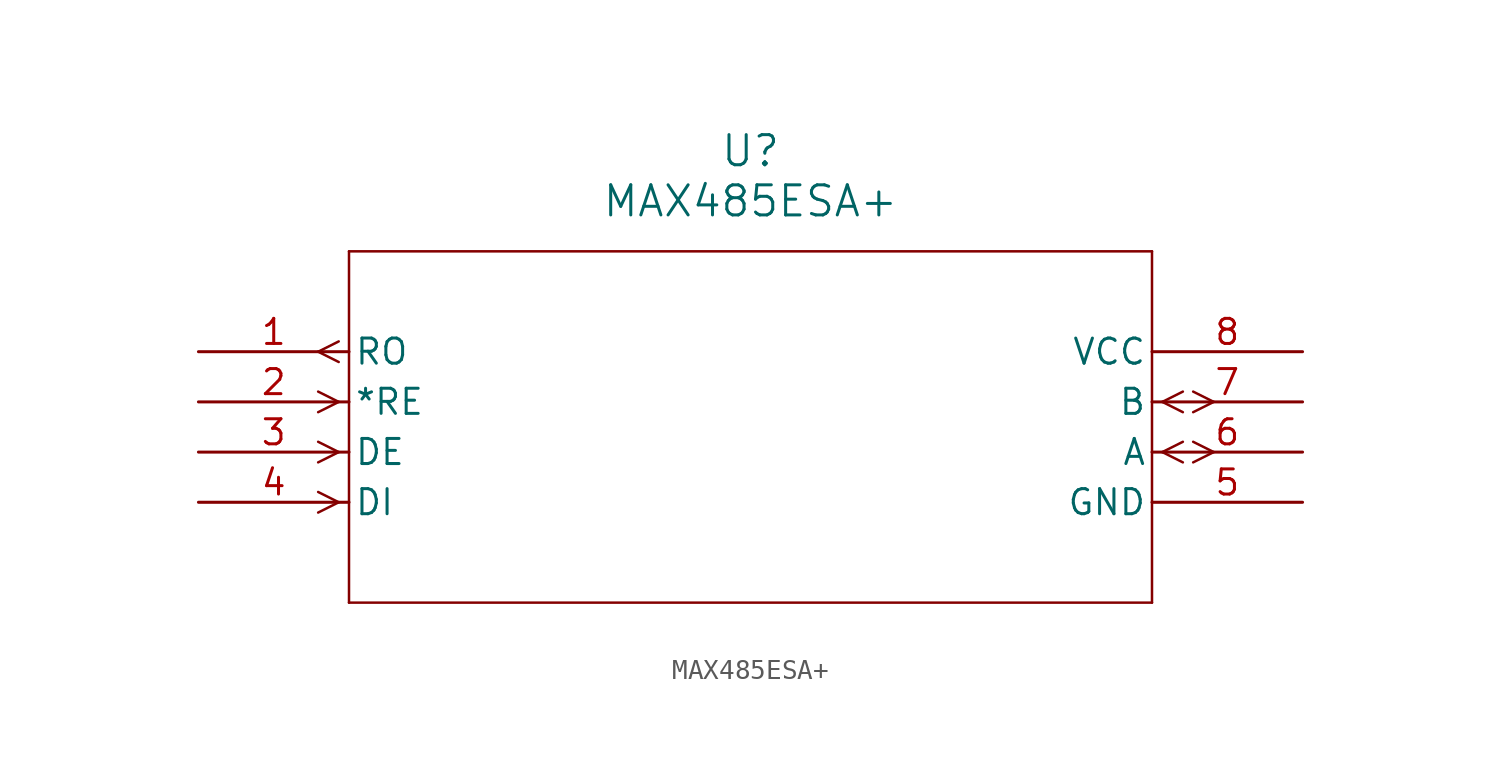
<source format=kicad_sym>
(kicad_symbol_lib
  (version 20211014)
  (generator kicad_symbol_editor)
  (symbol "MAX485ESA+"
    (pin_names
      (offset 0.254))
    (property "Reference" "U"
      (at 27.94 10.16 0)
      (effects (font (size 1.524 1.524))))
    (property "Value" "MAX485ESA+"
      (at 27.94 7.62 0)
      (effects (font (size 1.524 1.524))))
    (symbol "MAX485ESA+_0_1"
      (polyline (pts (xy 7.099 0.521) (xy 6.058 0)) (stroke (width 0.127) (type default) (color 0 0 0 0)) (fill (type none)))
      (polyline (pts (xy 7.099 -0.521) (xy 6.058 0)) (stroke (width 0.127) (type default) (color 0 0 0 0)) (fill (type none)))
      (polyline (pts (xy 7.099 -2.54) (xy 6.058 -2.019)) (stroke (width 0.127) (type default) (color 0 0 0 0)) (fill (type none)))
      (polyline (pts (xy 7.099 -2.54) (xy 6.058 -3.061)) (stroke (width 0.127) (type default) (color 0 0 0 0)) (fill (type none)))
      (polyline (pts (xy 7.099 -5.08) (xy 6.058 -4.559)) (stroke (width 0.127) (type default) (color 0 0 0 0)) (fill (type none)))
      (polyline (pts (xy 7.099 -5.08) (xy 6.058 -5.601)) (stroke (width 0.127) (type default) (color 0 0 0 0)) (fill (type none)))
      (polyline (pts (xy 7.099 -7.62) (xy 6.058 -7.099)) (stroke (width 0.127) (type default) (color 0 0 0 0)) (fill (type none)))
      (polyline (pts (xy 7.099 -7.62) (xy 6.058 -8.141)) (stroke (width 0.127) (type default) (color 0 0 0 0)) (fill (type none)))
      (polyline (pts (xy 48.781 -5.08) (xy 49.822 -4.559)) (stroke (width 0.127) (type default) (color 0 0 0 0)) (fill (type none)))
      (polyline (pts (xy 48.781 -5.08) (xy 49.822 -5.601)) (stroke (width 0.127) (type default) (color 0 0 0 0)) (fill (type none)))
      (polyline (pts (xy 50.343 -4.559) (xy 51.384 -5.08)) (stroke (width 0.127) (type default) (color 0 0 0 0)) (fill (type none)))
      (polyline (pts (xy 50.343 -5.601) (xy 51.384 -5.08)) (stroke (width 0.127) (type default) (color 0 0 0 0)) (fill (type none)))
      (polyline (pts (xy 48.781 -2.54) (xy 49.822 -2.019)) (stroke (width 0.127) (type default) (color 0 0 0 0)) (fill (type none)))
      (polyline (pts (xy 48.781 -2.54) (xy 49.822 -3.061)) (stroke (width 0.127) (type default) (color 0 0 0 0)) (fill (type none)))
      (polyline (pts (xy 50.343 -2.019) (xy 51.384 -2.54)) (stroke (width 0.127) (type default) (color 0 0 0 0)) (fill (type none)))
      (polyline (pts (xy 50.343 -3.061) (xy 51.384 -2.54)) (stroke (width 0.127) (type default) (color 0 0 0 0)) (fill (type none)))
      (polyline (pts (xy 7.62 5.08) (xy 7.62 -12.7)) (stroke (width 0.127) (type default) (color 0 0 0 0)) (fill (type none)))
      (polyline (pts (xy 7.62 -12.7) (xy 48.26 -12.7)) (stroke (width 0.127) (type default) (color 0 0 0 0)) (fill (type none)))
      (polyline (pts (xy 48.26 -12.7) (xy 48.26 5.08)) (stroke (width 0.127) (type default) (color 0 0 0 0)) (fill (type none)))
      (polyline (pts (xy 48.26 5.08) (xy 7.62 5.08)) (stroke (width 0.127) (type default) (color 0 0 0 0)) (fill (type none)))
      (pin output line (at 0 0 0) (length 7.62) (name "RO" (effects (font (size 1.27 1.27)))) (number "1" (effects (font (size 1.27 1.27)))))
      (pin input line (at 0 -2.54 0) (length 7.62) (name "*RE" (effects (font (size 1.27 1.27)))) (number "2" (effects (font (size 1.27 1.27)))))
      (pin input line (at 0 -5.08 0) (length 7.62) (name "DE" (effects (font (size 1.27 1.27)))) (number "3" (effects (font (size 1.27 1.27)))))
      (pin input line (at 0 -7.62 0) (length 7.62) (name "DI" (effects (font (size 1.27 1.27)))) (number "4" (effects (font (size 1.27 1.27)))))
      (pin power_in line (at 55.88 -7.62 180) (length 7.62) (name "GND" (effects (font (size 1.27 1.27)))) (number "5" (effects (font (size 1.27 1.27)))))
      (pin bidirectional line (at 55.88 -5.08 180) (length 7.62) (name "A" (effects (font (size 1.27 1.27)))) (number "6" (effects (font (size 1.27 1.27)))))
      (pin bidirectional line (at 55.88 -2.54 180) (length 7.62) (name "B" (effects (font (size 1.27 1.27)))) (number "7" (effects (font (size 1.27 1.27)))))
      (pin power_in line (at 55.88 0 180) (length 7.62) (name "VCC" (effects (font (size 1.27 1.27)))) (number "8" (effects (font (size 1.27 1.27))))))))
</source>
